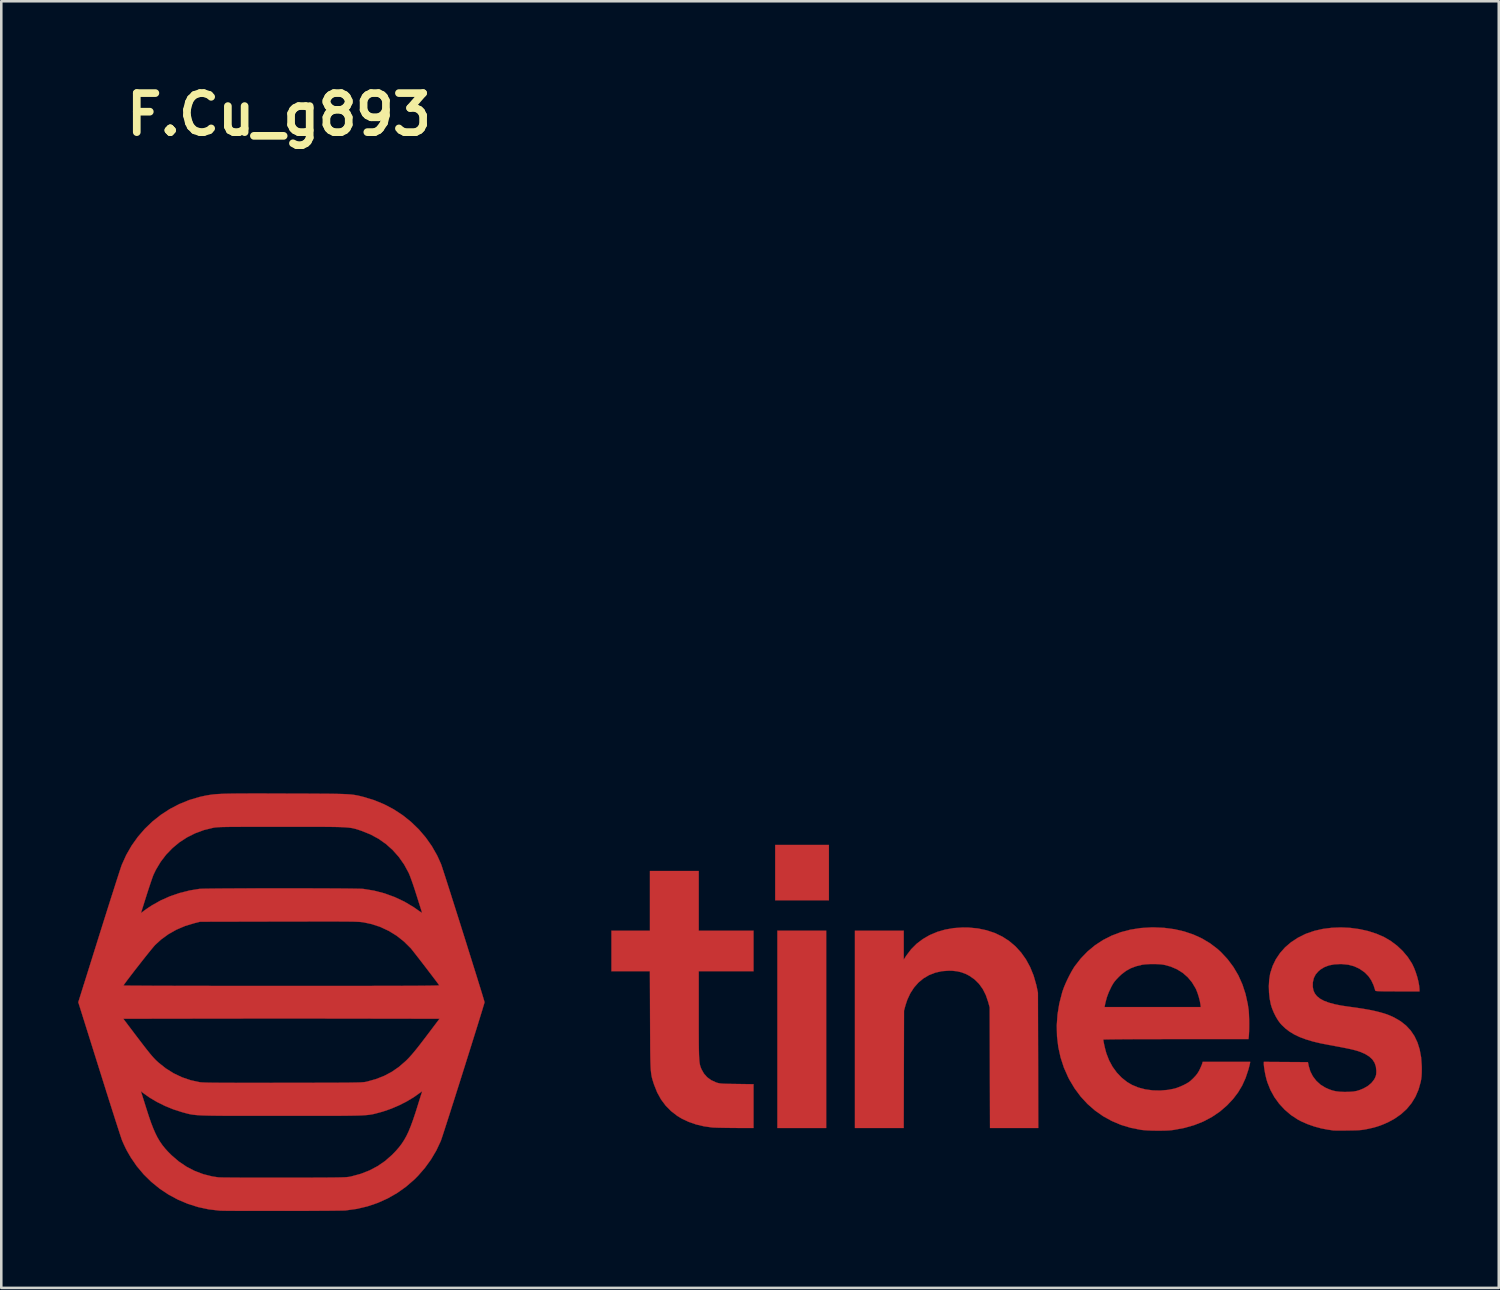
<source format=kicad_pcb>
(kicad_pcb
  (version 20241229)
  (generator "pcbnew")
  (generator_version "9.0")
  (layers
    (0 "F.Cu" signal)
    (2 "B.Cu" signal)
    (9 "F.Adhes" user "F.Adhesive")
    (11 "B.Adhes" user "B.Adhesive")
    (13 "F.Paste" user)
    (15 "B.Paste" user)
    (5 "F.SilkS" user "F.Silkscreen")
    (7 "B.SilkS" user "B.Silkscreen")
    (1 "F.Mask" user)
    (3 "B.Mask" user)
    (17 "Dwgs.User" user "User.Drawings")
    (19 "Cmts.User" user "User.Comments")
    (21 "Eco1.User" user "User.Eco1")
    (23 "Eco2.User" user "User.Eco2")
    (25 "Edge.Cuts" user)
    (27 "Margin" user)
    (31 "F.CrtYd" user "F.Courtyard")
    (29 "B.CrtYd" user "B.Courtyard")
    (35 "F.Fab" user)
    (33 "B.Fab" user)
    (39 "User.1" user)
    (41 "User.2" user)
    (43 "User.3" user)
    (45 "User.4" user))
  (footprint "F.Cu_g893"
    (layer "F.Cu")
    (at 7.84 1.418)
    (property "Reference" "F.Cu_g893" (at 0 0 0) (layer "F.SilkS") (effects (font (size 1.524 1.524) (thickness 0.3))))
    (attr through_hole)
    (fp_poly (pts (xy 21.357 39.56) (xy 19.452 39.56) (xy 19.452 31.856) (xy 21.357 31.856) (xy 21.357 39.56)) (stroke (width 0.01) (type solid)) (fill yes) (layer "F.Cu"))
    (fp_poly (pts (xy 21.463 30.671) (xy 19.367 30.671) (xy 19.367 28.512) (xy 21.463 28.512) (xy 21.463 30.671)) (stroke (width 0.01) (type solid)) (fill yes) (layer "F.Cu"))
    (fp_poly (pts (xy 26.915 31.736) (xy 27.277 31.77) (xy 27.617 31.842) (xy 27.936 31.948) (xy 28.231 32.089) (xy 28.501 32.264) (xy 28.746 32.471) (xy 28.965 32.711) (xy 29.156 32.981) (xy 29.319 33.281) (xy 29.453 33.61) (xy 29.555 33.967) (xy 29.574 34.051) (xy 29.622 34.279) (xy 29.629 36.92) (xy 29.635 39.56) (xy 27.751 39.56) (xy 27.745 37.206) (xy 27.738 34.851) (xy 27.68 34.64) (xy 27.589 34.372) (xy 27.469 34.135) (xy 27.322 33.931) (xy 27.147 33.758) (xy 26.943 33.617) (xy 26.809 33.548) (xy 26.64 33.483) (xy 26.466 33.442) (xy 26.275 33.422) (xy 26.15 33.419) (xy 25.874 33.438) (xy 25.615 33.496) (xy 25.374 33.59) (xy 25.155 33.719) (xy 24.958 33.882) (xy 24.786 34.077) (xy 24.64 34.302) (xy 24.522 34.557) (xy 24.452 34.769) (xy 24.395 34.978) (xy 24.389 37.269) (xy 24.383 39.56) (xy 22.479 39.56) (xy 22.479 31.856) (xy 24.384 31.856) (xy 24.384 32.986) (xy 24.492 32.821) (xy 24.675 32.58) (xy 24.889 32.367) (xy 25.131 32.183) (xy 25.398 32.029) (xy 25.689 31.906) (xy 26.002 31.815) (xy 26.334 31.757) (xy 26.682 31.733) (xy 26.915 31.736)) (stroke (width 0.01) (type solid)) (fill yes) (layer "F.Cu"))
    (fp_poly (pts (xy 16.383 31.856) (xy 18.521 31.856) (xy 18.521 33.443) (xy 16.383 33.443) (xy 16.383 35.148) (xy 16.383 35.473) (xy 16.383 35.758) (xy 16.384 36.007) (xy 16.385 36.222) (xy 16.387 36.407) (xy 16.39 36.564) (xy 16.393 36.697) (xy 16.398 36.808) (xy 16.404 36.9) (xy 16.411 36.977) (xy 16.42 37.041) (xy 16.431 37.096) (xy 16.443 37.143) (xy 16.458 37.187) (xy 16.475 37.23) (xy 16.491 37.268) (xy 16.585 37.435) (xy 16.712 37.578) (xy 16.87 37.693) (xy 17.057 37.779) (xy 17.08 37.787) (xy 17.122 37.8) (xy 17.165 37.81) (xy 17.214 37.819) (xy 17.274 37.825) (xy 17.351 37.83) (xy 17.451 37.834) (xy 17.578 37.837) (xy 17.738 37.839) (xy 17.87 37.841) (xy 18.521 37.85) (xy 18.521 39.56) (xy 17.806 39.558) (xy 17.627 39.556) (xy 17.452 39.554) (xy 17.289 39.551) (xy 17.145 39.548) (xy 17.025 39.544) (xy 16.938 39.54) (xy 16.906 39.538) (xy 16.591 39.494) (xy 16.285 39.422) (xy 15.995 39.322) (xy 15.729 39.198) (xy 15.547 39.088) (xy 15.303 38.9) (xy 15.091 38.685) (xy 14.91 38.442) (xy 14.76 38.17) (xy 14.64 37.868) (xy 14.639 37.866) (xy 14.615 37.793) (xy 14.594 37.726) (xy 14.575 37.663) (xy 14.558 37.601) (xy 14.544 37.536) (xy 14.532 37.467) (xy 14.522 37.39) (xy 14.513 37.301) (xy 14.506 37.199) (xy 14.501 37.079) (xy 14.496 36.939) (xy 14.493 36.777) (xy 14.49 36.588) (xy 14.488 36.371) (xy 14.487 36.121) (xy 14.485 35.837) (xy 14.484 35.515) (xy 14.483 35.343) (xy 14.476 33.443) (xy 12.975 33.443) (xy 12.975 31.856) (xy 14.478 31.856) (xy 14.478 29.527) (xy 16.383 29.527) (xy 16.383 31.856)) (stroke (width 0.01) (type solid)) (fill yes) (layer "F.Cu"))
    (fp_poly (pts (xy 34.547 31.747) (xy 34.949 31.8) (xy 35.331 31.888) (xy 35.693 32.01) (xy 36.031 32.165) (xy 36.346 32.354) (xy 36.634 32.574) (xy 36.763 32.691) (xy 37.025 32.972) (xy 37.252 33.275) (xy 37.444 33.601) (xy 37.601 33.951) (xy 37.724 34.325) (xy 37.812 34.723) (xy 37.845 34.946) (xy 37.854 35.043) (xy 37.86 35.171) (xy 37.865 35.32) (xy 37.867 35.478) (xy 37.866 35.634) (xy 37.864 35.778) (xy 37.858 35.898) (xy 37.854 35.959) (xy 37.84 36.089) (xy 35.007 36.089) (xy 34.637 36.089) (xy 34.284 36.09) (xy 33.952 36.09) (xy 33.642 36.091) (xy 33.355 36.092) (xy 33.095 36.094) (xy 32.863 36.095) (xy 32.661 36.097) (xy 32.491 36.099) (xy 32.355 36.101) (xy 32.256 36.103) (xy 32.194 36.106) (xy 32.173 36.108) (xy 32.173 36.108) (xy 32.178 36.155) (xy 32.192 36.232) (xy 32.212 36.329) (xy 32.236 36.433) (xy 32.262 36.535) (xy 32.286 36.623) (xy 32.294 36.649) (xy 32.399 36.919) (xy 32.535 37.17) (xy 32.7 37.397) (xy 32.89 37.596) (xy 33.101 37.764) (xy 33.295 37.878) (xy 33.544 37.981) (xy 33.815 38.052) (xy 34.103 38.091) (xy 34.4 38.098) (xy 34.7 38.071) (xy 34.944 38.024) (xy 35.023 38) (xy 35.124 37.963) (xy 35.233 37.917) (xy 35.304 37.885) (xy 35.415 37.828) (xy 35.501 37.777) (xy 35.577 37.719) (xy 35.658 37.644) (xy 35.688 37.615) (xy 35.779 37.518) (xy 35.848 37.43) (xy 35.905 37.337) (xy 35.937 37.273) (xy 35.977 37.187) (xy 36.011 37.109) (xy 36.033 37.052) (xy 36.037 37.036) (xy 36.051 36.978) (xy 37.908 36.978) (xy 37.895 37.047) (xy 37.883 37.099) (xy 37.863 37.178) (xy 37.839 37.268) (xy 37.832 37.292) (xy 37.725 37.612) (xy 37.593 37.903) (xy 37.432 38.172) (xy 37.238 38.427) (xy 37.006 38.673) (xy 36.991 38.687) (xy 36.715 38.924) (xy 36.41 39.13) (xy 36.078 39.305) (xy 35.72 39.447) (xy 35.338 39.556) (xy 34.931 39.632) (xy 34.841 39.644) (xy 34.727 39.654) (xy 34.583 39.66) (xy 34.417 39.663) (xy 34.24 39.663) (xy 34.065 39.66) (xy 33.9 39.653) (xy 33.756 39.643) (xy 33.649 39.632) (xy 33.248 39.553) (xy 32.866 39.438) (xy 32.504 39.285) (xy 32.165 39.098) (xy 31.849 38.876) (xy 31.557 38.621) (xy 31.292 38.334) (xy 31.055 38.015) (xy 30.847 37.667) (xy 30.802 37.579) (xy 30.634 37.199) (xy 30.506 36.804) (xy 30.417 36.398) (xy 30.367 35.982) (xy 30.357 35.56) (xy 30.386 35.134) (xy 30.434 34.84) (xy 32.221 34.84) (xy 35.979 34.84) (xy 35.968 34.75) (xy 35.941 34.6) (xy 35.898 34.435) (xy 35.845 34.272) (xy 35.787 34.13) (xy 35.774 34.105) (xy 35.635 33.874) (xy 35.467 33.672) (xy 35.27 33.502) (xy 35.047 33.363) (xy 34.798 33.257) (xy 34.533 33.187) (xy 34.425 33.172) (xy 34.287 33.163) (xy 34.134 33.16) (xy 33.979 33.162) (xy 33.835 33.17) (xy 33.715 33.183) (xy 33.687 33.188) (xy 33.452 33.246) (xy 33.247 33.323) (xy 33.064 33.424) (xy 32.891 33.555) (xy 32.776 33.663) (xy 32.684 33.759) (xy 32.615 33.84) (xy 32.559 33.92) (xy 32.505 34.013) (xy 32.477 34.068) (xy 32.383 34.267) (xy 32.313 34.455) (xy 32.261 34.647) (xy 32.25 34.697) (xy 32.221 34.84) (xy 30.434 34.84) (xy 30.455 34.706) (xy 30.565 34.28) (xy 30.588 34.205) (xy 30.637 34.07) (xy 30.703 33.912) (xy 30.781 33.744) (xy 30.865 33.577) (xy 30.949 33.423) (xy 31.028 33.292) (xy 31.058 33.246) (xy 31.297 32.94) (xy 31.561 32.667) (xy 31.85 32.427) (xy 32.163 32.222) (xy 32.498 32.052) (xy 32.855 31.917) (xy 33.233 31.818) (xy 33.63 31.755) (xy 34.046 31.73) (xy 34.128 31.729) (xy 34.547 31.747)) (stroke (width 0.01) (type solid)) (fill yes) (layer "F.Cu"))
    (fp_poly (pts (xy 41.809 31.748) (xy 42.165 31.796) (xy 42.512 31.873) (xy 42.842 31.98) (xy 43.135 32.108) (xy 43.394 32.26) (xy 43.638 32.443) (xy 43.859 32.652) (xy 44.052 32.88) (xy 44.211 33.123) (xy 44.234 33.165) (xy 44.304 33.313) (xy 44.368 33.481) (xy 44.425 33.658) (xy 44.47 33.834) (xy 44.5 33.998) (xy 44.513 34.137) (xy 44.514 34.155) (xy 44.514 34.227) (xy 43.656 34.227) (xy 43.432 34.226) (xy 43.249 34.225) (xy 43.101 34.224) (xy 42.986 34.221) (xy 42.9 34.218) (xy 42.842 34.214) (xy 42.806 34.208) (xy 42.792 34.202) (xy 42.791 34.2) (xy 42.72 33.98) (xy 42.633 33.795) (xy 42.525 33.637) (xy 42.394 33.502) (xy 42.362 33.475) (xy 42.168 33.341) (xy 41.96 33.245) (xy 41.735 33.186) (xy 41.488 33.161) (xy 41.423 33.16) (xy 41.187 33.173) (xy 40.981 33.213) (xy 40.801 33.281) (xy 40.645 33.377) (xy 40.568 33.443) (xy 40.461 33.567) (xy 40.391 33.704) (xy 40.354 33.862) (xy 40.351 33.896) (xy 40.349 34.05) (xy 40.375 34.188) (xy 40.43 34.31) (xy 40.516 34.418) (xy 40.634 34.513) (xy 40.787 34.596) (xy 40.975 34.667) (xy 41.2 34.728) (xy 41.464 34.781) (xy 41.719 34.819) (xy 42.039 34.863) (xy 42.321 34.906) (xy 42.569 34.95) (xy 42.787 34.996) (xy 42.981 35.044) (xy 43.155 35.095) (xy 43.312 35.151) (xy 43.457 35.213) (xy 43.529 35.248) (xy 43.775 35.391) (xy 43.988 35.559) (xy 44.169 35.753) (xy 44.318 35.974) (xy 44.436 36.222) (xy 44.522 36.497) (xy 44.578 36.801) (xy 44.602 37.134) (xy 44.604 37.243) (xy 44.602 37.405) (xy 44.595 37.538) (xy 44.581 37.654) (xy 44.561 37.761) (xy 44.477 38.06) (xy 44.358 38.337) (xy 44.203 38.59) (xy 44.014 38.819) (xy 43.791 39.022) (xy 43.536 39.2) (xy 43.32 39.317) (xy 43.149 39.396) (xy 42.991 39.46) (xy 42.83 39.513) (xy 42.653 39.559) (xy 42.503 39.593) (xy 42.413 39.611) (xy 42.333 39.625) (xy 42.254 39.636) (xy 42.168 39.643) (xy 42.067 39.649) (xy 41.943 39.652) (xy 41.788 39.655) (xy 41.719 39.656) (xy 41.573 39.658) (xy 41.438 39.658) (xy 41.321 39.658) (xy 41.229 39.657) (xy 41.168 39.656) (xy 41.148 39.654) (xy 41.101 39.647) (xy 41.028 39.636) (xy 40.943 39.624) (xy 40.936 39.623) (xy 40.679 39.574) (xy 40.411 39.501) (xy 40.148 39.409) (xy 39.903 39.302) (xy 39.772 39.233) (xy 39.503 39.057) (xy 39.258 38.849) (xy 39.04 38.614) (xy 38.851 38.354) (xy 38.697 38.074) (xy 38.579 37.779) (xy 38.548 37.677) (xy 38.518 37.559) (xy 38.49 37.43) (xy 38.467 37.301) (xy 38.449 37.183) (xy 38.44 37.09) (xy 38.439 37.06) (xy 38.439 36.978) (xy 40.16 36.989) (xy 40.19 37.137) (xy 40.253 37.348) (xy 40.353 37.543) (xy 40.485 37.716) (xy 40.646 37.864) (xy 40.831 37.979) (xy 40.852 37.989) (xy 40.996 38.053) (xy 41.127 38.098) (xy 41.257 38.127) (xy 41.401 38.144) (xy 41.57 38.151) (xy 41.624 38.151) (xy 41.796 38.147) (xy 41.938 38.136) (xy 42.063 38.113) (xy 42.183 38.076) (xy 42.31 38.024) (xy 42.349 38.005) (xy 42.507 37.913) (xy 42.641 37.799) (xy 42.743 37.669) (xy 42.772 37.616) (xy 42.804 37.544) (xy 42.822 37.479) (xy 42.829 37.402) (xy 42.83 37.327) (xy 42.813 37.162) (xy 42.763 37.015) (xy 42.679 36.886) (xy 42.559 36.773) (xy 42.401 36.674) (xy 42.205 36.588) (xy 42.09 36.549) (xy 42.006 36.525) (xy 41.905 36.499) (xy 41.782 36.471) (xy 41.633 36.44) (xy 41.454 36.405) (xy 41.241 36.365) (xy 41 36.321) (xy 40.656 36.254) (xy 40.351 36.181) (xy 40.081 36.1) (xy 39.843 36.011) (xy 39.632 35.911) (xy 39.447 35.8) (xy 39.283 35.675) (xy 39.136 35.535) (xy 39.077 35.469) (xy 38.994 35.356) (xy 38.909 35.215) (xy 38.83 35.058) (xy 38.764 34.899) (xy 38.716 34.752) (xy 38.716 34.749) (xy 38.669 34.518) (xy 38.642 34.271) (xy 38.635 34.02) (xy 38.648 33.779) (xy 38.682 33.559) (xy 38.691 33.517) (xy 38.782 33.235) (xy 38.909 32.972) (xy 39.073 32.729) (xy 39.27 32.507) (xy 39.501 32.309) (xy 39.762 32.137) (xy 40.054 31.991) (xy 40.099 31.972) (xy 40.411 31.865) (xy 40.743 31.789) (xy 41.091 31.745) (xy 41.449 31.731) (xy 41.809 31.748)) (stroke (width 0.01) (type solid)) (fill yes) (layer "F.Cu"))
    (fp_poly (pts (xy -0.57 26.503) (xy -0.225 26.504) (xy 0.16 26.505) (xy 0.275 26.506) (xy 0.655 26.507) (xy 0.994 26.508) (xy 1.297 26.509) (xy 1.565 26.511) (xy 1.802 26.512) (xy 2.009 26.514) (xy 2.19 26.517) (xy 2.348 26.52) (xy 2.484 26.524) (xy 2.602 26.529) (xy 2.704 26.535) (xy 2.792 26.541) (xy 2.871 26.55) (xy 2.941 26.559) (xy 3.006 26.57) (xy 3.069 26.582) (xy 3.132 26.596) (xy 3.197 26.612) (xy 3.268 26.63) (xy 3.304 26.639) (xy 3.712 26.763) (xy 4.104 26.925) (xy 4.477 27.121) (xy 4.828 27.351) (xy 5.154 27.612) (xy 5.455 27.902) (xy 5.726 28.219) (xy 5.967 28.561) (xy 6.175 28.927) (xy 6.321 29.249) (xy 6.336 29.29) (xy 6.362 29.367) (xy 6.398 29.478) (xy 6.444 29.619) (xy 6.499 29.788) (xy 6.561 29.982) (xy 6.63 30.197) (xy 6.705 30.432) (xy 6.784 30.682) (xy 6.868 30.946) (xy 6.955 31.22) (xy 7.044 31.501) (xy 7.134 31.787) (xy 7.225 32.074) (xy 7.315 32.361) (xy 7.403 32.643) (xy 7.489 32.917) (xy 7.572 33.182) (xy 7.651 33.434) (xy 7.725 33.671) (xy 7.792 33.888) (xy 7.853 34.085) (xy 7.906 34.256) (xy 7.95 34.401) (xy 7.984 34.515) (xy 8.008 34.596) (xy 8.021 34.641) (xy 8.022 34.649) (xy 8.016 34.676) (xy 7.998 34.74) (xy 7.968 34.838) (xy 7.929 34.969) (xy 7.88 35.128) (xy 7.823 35.312) (xy 7.759 35.52) (xy 7.688 35.748) (xy 7.611 35.993) (xy 7.53 36.253) (xy 7.445 36.524) (xy 7.357 36.803) (xy 7.268 37.088) (xy 7.177 37.376) (xy 7.086 37.664) (xy 6.996 37.949) (xy 6.907 38.228) (xy 6.822 38.498) (xy 6.739 38.756) (xy 6.662 39) (xy 6.589 39.226) (xy 6.523 39.432) (xy 6.464 39.615) (xy 6.413 39.772) (xy 6.371 39.9) (xy 6.339 39.995) (xy 6.318 40.056) (xy 6.311 40.073) (xy 6.142 40.433) (xy 5.935 40.783) (xy 5.694 41.117) (xy 5.422 41.429) (xy 5.279 41.572) (xy 4.958 41.85) (xy 4.612 42.096) (xy 4.244 42.306) (xy 3.858 42.48) (xy 3.454 42.617) (xy 3.037 42.716) (xy 2.61 42.775) (xy 2.593 42.777) (xy 2.544 42.779) (xy 2.456 42.781) (xy 2.333 42.783) (xy 2.177 42.785) (xy 1.993 42.787) (xy 1.785 42.789) (xy 1.554 42.79) (xy 1.306 42.792) (xy 1.043 42.793) (xy 0.768 42.794) (xy 0.486 42.794) (xy 0.2 42.795) (xy -0.087 42.795) (xy -0.371 42.795) (xy -0.649 42.795) (xy -0.918 42.795) (xy -1.173 42.795) (xy -1.412 42.794) (xy -1.631 42.793) (xy -1.827 42.792) (xy -1.995 42.791) (xy -2.134 42.789) (xy -2.238 42.787) (xy -2.305 42.785) (xy -2.318 42.784) (xy -2.743 42.734) (xy -3.158 42.645) (xy -3.56 42.518) (xy -3.945 42.355) (xy -4.313 42.157) (xy -4.659 41.926) (xy -4.983 41.663) (xy -5.28 41.371) (xy -5.55 41.05) (xy -5.788 40.703) (xy -5.935 40.448) (xy -5.992 40.336) (xy -6.05 40.213) (xy -6.102 40.098) (xy -6.126 40.04) (xy -6.142 39.996) (xy -6.169 39.915) (xy -6.208 39.798) (xy -6.256 39.65) (xy -6.314 39.471) (xy -6.381 39.264) (xy -6.454 39.034) (xy -6.535 38.781) (xy -6.622 38.508) (xy -6.713 38.219) (xy -6.743 38.124) (xy -5.391 38.124) (xy -5.173 38.816) (xy -5.081 39.101) (xy -4.995 39.351) (xy -4.911 39.568) (xy -4.828 39.76) (xy -4.743 39.93) (xy -4.652 40.083) (xy -4.554 40.225) (xy -4.445 40.361) (xy -4.323 40.495) (xy -4.187 40.63) (xy -3.909 40.868) (xy -3.61 41.07) (xy -3.292 41.235) (xy -2.956 41.362) (xy -2.605 41.45) (xy -2.371 41.485) (xy -2.329 41.487) (xy -2.247 41.49) (xy -2.129 41.492) (xy -1.978 41.493) (xy -1.795 41.495) (xy -1.585 41.496) (xy -1.35 41.498) (xy -1.093 41.498) (xy -0.816 41.499) (xy -0.523 41.499) (xy -0.217 41.499) (xy 0.1 41.499) (xy 0.201 41.499) (xy 0.572 41.498) (xy 0.904 41.497) (xy 1.197 41.497) (xy 1.456 41.496) (xy 1.683 41.495) (xy 1.88 41.494) (xy 2.049 41.493) (xy 2.194 41.491) (xy 2.316 41.489) (xy 2.418 41.487) (xy 2.502 41.484) (xy 2.572 41.481) (xy 2.629 41.478) (xy 2.676 41.473) (xy 2.716 41.469) (xy 2.75 41.463) (xy 2.782 41.457) (xy 2.814 41.451) (xy 2.817 41.45) (xy 3.186 41.35) (xy 3.528 41.217) (xy 3.846 41.049) (xy 4.14 40.848) (xy 4.41 40.611) (xy 4.432 40.589) (xy 4.566 40.45) (xy 4.685 40.312) (xy 4.792 40.172) (xy 4.888 40.023) (xy 4.978 39.862) (xy 5.063 39.682) (xy 5.146 39.478) (xy 5.231 39.246) (xy 5.32 38.98) (xy 5.368 38.83) (xy 5.418 38.67) (xy 5.464 38.522) (xy 5.505 38.392) (xy 5.539 38.283) (xy 5.565 38.202) (xy 5.581 38.154) (xy 5.585 38.142) (xy 5.577 38.136) (xy 5.545 38.153) (xy 5.513 38.177) (xy 5.265 38.354) (xy 4.987 38.521) (xy 4.688 38.673) (xy 4.38 38.805) (xy 4.074 38.911) (xy 3.956 38.945) (xy 3.887 38.963) (xy 3.826 38.98) (xy 3.769 38.995) (xy 3.714 39.009) (xy 3.66 39.021) (xy 3.603 39.031) (xy 3.541 39.041) (xy 3.474 39.049) (xy 3.397 39.056) (xy 3.309 39.062) (xy 3.208 39.068) (xy 3.092 39.072) (xy 2.957 39.075) (xy 2.803 39.078) (xy 2.627 39.08) (xy 2.426 39.082) (xy 2.199 39.083) (xy 1.943 39.084) (xy 1.656 39.084) (xy 1.336 39.084) (xy 0.98 39.084) (xy 0.587 39.084) (xy 0.153 39.084) (xy 0.106 39.084) (xy -0.334 39.084) (xy -0.734 39.084) (xy -1.096 39.084) (xy -1.423 39.084) (xy -1.716 39.084) (xy -1.978 39.083) (xy -2.21 39.082) (xy -2.416 39.08) (xy -2.597 39.078) (xy -2.756 39.075) (xy -2.894 39.071) (xy -3.015 39.067) (xy -3.12 39.061) (xy -3.211 39.055) (xy -3.291 39.047) (xy -3.362 39.039) (xy -3.426 39.029) (xy -3.485 39.018) (xy -3.542 39.005) (xy -3.598 38.991) (xy -3.657 38.975) (xy -3.719 38.958) (xy -3.788 38.939) (xy -3.797 38.936) (xy -4.123 38.832) (xy -4.448 38.699) (xy -4.761 38.544) (xy -5.053 38.371) (xy -5.269 38.218) (xy -5.391 38.124) (xy -6.743 38.124) (xy -6.809 37.915) (xy -6.908 37.6) (xy -7.01 37.276) (xy -7.018 37.251) (xy -7.632 35.295) (xy -6.078 35.295) (xy -5.589 35.941) (xy -5.439 36.138) (xy -5.312 36.304) (xy -5.204 36.444) (xy -5.112 36.56) (xy -5.034 36.657) (xy -4.966 36.738) (xy -4.905 36.807) (xy -4.849 36.867) (xy -4.794 36.922) (xy -4.737 36.975) (xy -4.702 37.007) (xy -4.418 37.233) (xy -4.113 37.424) (xy -3.788 37.579) (xy -3.448 37.695) (xy -3.097 37.771) (xy -3.065 37.775) (xy -3.021 37.779) (xy -2.964 37.782) (xy -2.893 37.785) (xy -2.804 37.788) (xy -2.696 37.79) (xy -2.567 37.792) (xy -2.415 37.793) (xy -2.238 37.795) (xy -2.034 37.795) (xy -1.801 37.796) (xy -1.537 37.797) (xy -1.24 37.797) (xy -0.908 37.797) (xy -0.539 37.797) (xy -0.131 37.796) (xy 0.169 37.796) (xy 0.591 37.795) (xy 0.972 37.795) (xy 1.316 37.794) (xy 1.623 37.793) (xy 1.897 37.793) (xy 2.139 37.792) (xy 2.352 37.791) (xy 2.538 37.79) (xy 2.698 37.789) (xy 2.836 37.787) (xy 2.952 37.785) (xy 3.051 37.783) (xy 3.132 37.781) (xy 3.199 37.778) (xy 3.254 37.774) (xy 3.299 37.771) (xy 3.337 37.767) (xy 3.368 37.762) (xy 3.396 37.757) (xy 3.422 37.751) (xy 3.44 37.747) (xy 3.788 37.649) (xy 4.108 37.523) (xy 4.404 37.366) (xy 4.68 37.175) (xy 4.942 36.948) (xy 4.997 36.895) (xy 5.077 36.812) (xy 5.161 36.719) (xy 5.253 36.612) (xy 5.356 36.487) (xy 5.473 36.339) (xy 5.607 36.165) (xy 5.753 35.973) (xy 6.265 35.295) (xy 3.187 35.29) (xy 2.757 35.289) (xy 2.292 35.289) (xy 1.798 35.288) (xy 1.282 35.288) (xy 0.751 35.288) (xy 0.212 35.288) (xy -0.329 35.288) (xy -0.864 35.288) (xy -1.388 35.288) (xy -1.892 35.289) (xy -2.371 35.289) (xy -2.818 35.29) (xy -2.985 35.29) (xy -6.078 35.295) (xy -7.632 35.295) (xy -7.835 34.649) (xy -7.63 33.997) (xy -6.071 33.997) (xy -6.051 33.999) (xy -5.99 34) (xy -5.89 34.001) (xy -5.753 34.003) (xy -5.58 34.004) (xy -5.372 34.005) (xy -5.133 34.007) (xy -4.863 34.008) (xy -4.563 34.009) (xy -4.237 34.01) (xy -3.884 34.011) (xy -3.508 34.011) (xy -3.108 34.012) (xy -2.689 34.013) (xy -2.25 34.014) (xy -1.793 34.014) (xy -1.321 34.014) (xy -0.834 34.015) (xy -0.335 34.015) (xy 0.095 34.015) (xy 0.72 34.015) (xy 1.305 34.015) (xy 1.85 34.015) (xy 2.356 34.014) (xy 2.824 34.014) (xy 3.256 34.014) (xy 3.654 34.013) (xy 4.017 34.012) (xy 4.348 34.012) (xy 4.648 34.011) (xy 4.918 34.01) (xy 5.158 34.009) (xy 5.372 34.008) (xy 5.558 34.006) (xy 5.72 34.005) (xy 5.857 34.003) (xy 5.972 34.002) (xy 6.065 34) (xy 6.138 33.998) (xy 6.192 33.996) (xy 6.228 33.993) (xy 6.248 33.991) (xy 6.252 33.988) (xy 6.23 33.957) (xy 6.186 33.896) (xy 6.122 33.811) (xy 6.043 33.707) (xy 5.952 33.587) (xy 5.852 33.456) (xy 5.747 33.318) (xy 5.64 33.179) (xy 5.535 33.043) (xy 5.435 32.914) (xy 5.344 32.797) (xy 5.265 32.696) (xy 5.201 32.615) (xy 5.157 32.56) (xy 5.139 32.539) (xy 4.877 32.28) (xy 4.592 32.055) (xy 4.286 31.867) (xy 3.962 31.715) (xy 3.62 31.601) (xy 3.329 31.538) (xy 3.294 31.532) (xy 3.259 31.526) (xy 3.222 31.522) (xy 3.18 31.518) (xy 3.133 31.514) (xy 3.076 31.511) (xy 3.01 31.508) (xy 2.93 31.505) (xy 2.835 31.503) (xy 2.722 31.502) (xy 2.59 31.5) (xy 2.437 31.5) (xy 2.259 31.499) (xy 2.055 31.499) (xy 1.823 31.498) (xy 1.56 31.499) (xy 1.265 31.499) (xy 0.935 31.5) (xy 0.567 31.5) (xy 0.161 31.501) (xy -0.001 31.501) (xy -3.08 31.508) (xy -3.302 31.564) (xy -3.667 31.674) (xy -4.004 31.818) (xy -4.316 31.994) (xy -4.603 32.203) (xy -4.837 32.417) (xy -4.874 32.459) (xy -4.932 32.528) (xy -5.007 32.619) (xy -5.097 32.73) (xy -5.197 32.855) (xy -5.305 32.991) (xy -5.416 33.133) (xy -5.529 33.277) (xy -5.639 33.418) (xy -5.744 33.554) (xy -5.84 33.679) (xy -5.923 33.789) (xy -5.991 33.881) (xy -6.04 33.949) (xy -6.068 33.99) (xy -6.071 33.997) (xy -7.63 33.997) (xy -7.027 32.073) (xy -6.925 31.749) (xy -6.826 31.434) (xy -6.743 31.173) (xy -5.39 31.173) (xy -5.268 31.079) (xy -5.193 31.025) (xy -5.099 30.96) (xy -5 30.895) (xy -4.959 30.869) (xy -4.622 30.679) (xy -4.259 30.517) (xy -3.876 30.386) (xy -3.481 30.287) (xy -3.112 30.227) (xy -3.065 30.224) (xy -2.98 30.221) (xy -2.857 30.218) (xy -2.702 30.216) (xy -2.516 30.214) (xy -2.302 30.212) (xy -2.064 30.21) (xy -1.805 30.209) (xy -1.527 30.207) (xy -1.234 30.206) (xy -0.929 30.206) (xy -0.613 30.205) (xy -0.292 30.205) (xy 0.033 30.204) (xy 0.359 30.205) (xy 0.682 30.205) (xy 1 30.205) (xy 1.309 30.206) (xy 1.607 30.207) (xy 1.89 30.208) (xy 2.156 30.21) (xy 2.402 30.211) (xy 2.624 30.213) (xy 2.82 30.215) (xy 2.987 30.218) (xy 3.121 30.22) (xy 3.22 30.223) (xy 3.281 30.226) (xy 3.291 30.227) (xy 3.708 30.295) (xy 4.117 30.401) (xy 4.515 30.546) (xy 4.895 30.725) (xy 5.253 30.938) (xy 5.416 31.052) (xy 5.488 31.102) (xy 5.543 31.138) (xy 5.577 31.156) (xy 5.583 31.154) (xy 5.575 31.127) (xy 5.555 31.065) (xy 5.526 30.973) (xy 5.489 30.856) (xy 5.445 30.718) (xy 5.397 30.565) (xy 5.367 30.469) (xy 5.3 30.26) (xy 5.236 30.067) (xy 5.176 29.896) (xy 5.123 29.752) (xy 5.079 29.641) (xy 5.059 29.596) (xy 4.883 29.273) (xy 4.675 28.977) (xy 4.438 28.71) (xy 4.174 28.474) (xy 3.884 28.27) (xy 3.569 28.1) (xy 3.233 27.965) (xy 3.228 27.963) (xy 3.158 27.939) (xy 3.095 27.918) (xy 3.036 27.899) (xy 2.98 27.883) (xy 2.922 27.868) (xy 2.862 27.855) (xy 2.795 27.844) (xy 2.721 27.835) (xy 2.635 27.827) (xy 2.536 27.821) (xy 2.421 27.815) (xy 2.288 27.811) (xy 2.134 27.808) (xy 1.956 27.806) (xy 1.752 27.804) (xy 1.519 27.803) (xy 1.255 27.803) (xy 0.957 27.802) (xy 0.623 27.802) (xy 0.25 27.802) (xy 0.106 27.802) (xy -0.271 27.802) (xy -0.608 27.803) (xy -0.908 27.803) (xy -1.172 27.803) (xy -1.405 27.804) (xy -1.607 27.805) (xy -1.781 27.806) (xy -1.931 27.807) (xy -2.058 27.809) (xy -2.165 27.811) (xy -2.254 27.813) (xy -2.328 27.816) (xy -2.389 27.82) (xy -2.44 27.824) (xy -2.483 27.828) (xy -2.52 27.833) (xy -2.555 27.839) (xy -2.572 27.842) (xy -2.929 27.929) (xy -3.269 28.054) (xy -3.588 28.214) (xy -3.886 28.407) (xy -4.158 28.633) (xy -4.404 28.887) (xy -4.62 29.17) (xy -4.805 29.479) (xy -4.894 29.663) (xy -4.917 29.72) (xy -4.95 29.811) (xy -4.991 29.93) (xy -5.039 30.072) (xy -5.091 30.229) (xy -5.145 30.396) (xy -5.176 30.493) (xy -5.39 31.173) (xy -6.743 31.173) (xy -6.73 31.129) (xy -6.638 30.839) (xy -6.551 30.565) (xy -6.469 30.31) (xy -6.395 30.077) (xy -6.328 29.868) (xy -6.269 29.687) (xy -6.22 29.535) (xy -6.18 29.415) (xy -6.152 29.331) (xy -6.135 29.284) (xy -6.135 29.284) (xy -5.961 28.9) (xy -5.752 28.537) (xy -5.51 28.197) (xy -5.237 27.882) (xy -4.937 27.594) (xy -4.611 27.336) (xy -4.262 27.109) (xy -3.892 26.916) (xy -3.504 26.758) (xy -3.101 26.638) (xy -2.921 26.598) (xy -2.845 26.583) (xy -2.772 26.57) (xy -2.699 26.558) (xy -2.623 26.547) (xy -2.543 26.538) (xy -2.454 26.53) (xy -2.355 26.524) (xy -2.243 26.518) (xy -2.116 26.513) (xy -1.97 26.51) (xy -1.804 26.507) (xy -1.615 26.505) (xy -1.399 26.504) (xy -1.155 26.503) (xy -0.879 26.503) (xy -0.57 26.503)) (stroke (width 0.01) (type solid)) (fill yes) (layer "F.Cu")))
  (gr_rect
    (start -3 -3)
    (end 55.449 47.219)
    (stroke (width 0.1) (type default))
    (fill no)
    (layer "Edge.Cuts")))
</source>
